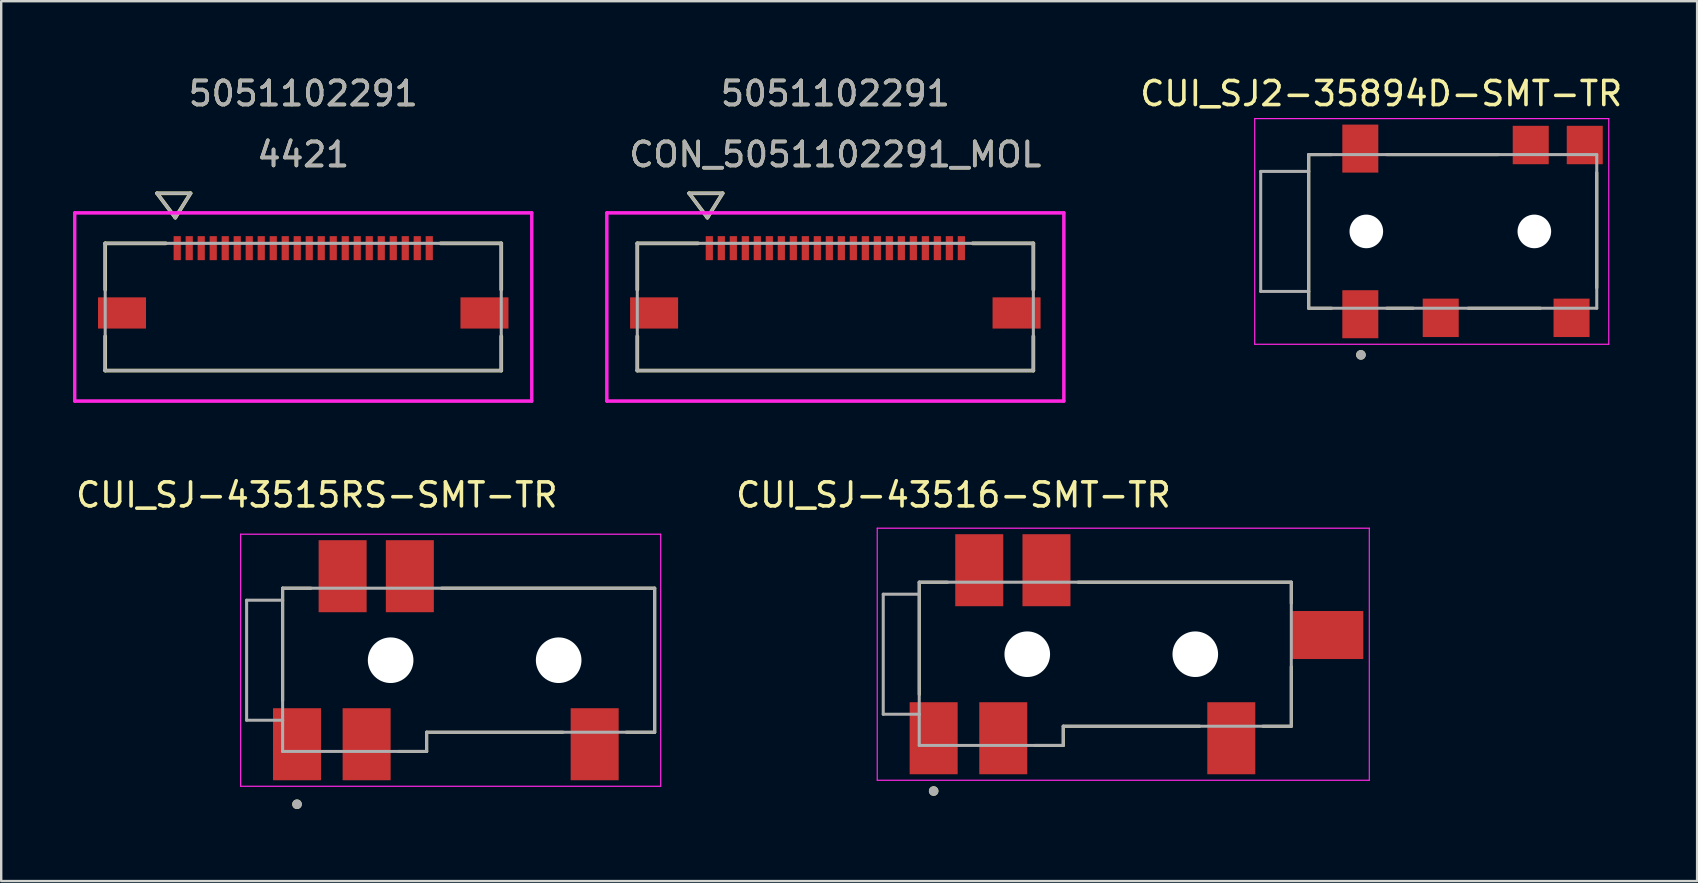
<source format=kicad_pcb>
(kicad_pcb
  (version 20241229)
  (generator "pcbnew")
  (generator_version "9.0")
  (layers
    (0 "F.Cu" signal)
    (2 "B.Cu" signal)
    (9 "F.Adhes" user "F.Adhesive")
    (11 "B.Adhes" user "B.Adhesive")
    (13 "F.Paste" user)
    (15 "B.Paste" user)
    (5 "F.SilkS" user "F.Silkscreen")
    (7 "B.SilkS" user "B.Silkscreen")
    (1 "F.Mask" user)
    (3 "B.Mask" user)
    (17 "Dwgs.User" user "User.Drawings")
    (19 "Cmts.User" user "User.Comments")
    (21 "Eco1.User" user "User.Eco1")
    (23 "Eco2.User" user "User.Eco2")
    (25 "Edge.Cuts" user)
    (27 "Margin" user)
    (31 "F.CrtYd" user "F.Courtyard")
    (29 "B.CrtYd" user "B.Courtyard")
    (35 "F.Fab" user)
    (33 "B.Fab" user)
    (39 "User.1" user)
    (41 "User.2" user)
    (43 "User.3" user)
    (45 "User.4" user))
  (footprint "CON_5051102291_MOL"
    (layer "F.Cu")
    (at 31.75 9.738)
    (property "Reference" "CON_5051102291_MOL" (at 0 -6.35 0) (unlocked yes) (layer "F.SilkS") (effects (font (size 1 1) (thickness 0.15))))
    (attr smd)
    (fp_line (start -8.25 -2.65) (end -8.25 -0.72) (stroke (width 0.152) (type solid)) (layer "F.SilkS"))
    (fp_line (start -8.25 1.22) (end -8.25 2.65) (stroke (width 0.152) (type solid)) (layer "F.SilkS"))
    (fp_line (start -8.25 2.65) (end 8.25 2.65) (stroke (width 0.152) (type solid)) (layer "F.SilkS"))
    (fp_line (start -6.091 -4.736) (end -5.329 -3.72) (stroke (width 0.152) (type solid)) (layer "F.SilkS"))
    (fp_line (start -6.091 -4.736) (end -4.694 -4.736) (stroke (width 0.152) (type solid)) (layer "F.SilkS"))
    (fp_line (start -5.72 -2.65) (end -8.25 -2.65) (stroke (width 0.152) (type solid)) (layer "F.SilkS"))
    (fp_line (start -4.694 -4.736) (end -5.329 -3.72) (stroke (width 0.152) (type solid)) (layer "F.SilkS"))
    (fp_line (start 8.25 -2.65) (end 5.72 -2.65) (stroke (width 0.152) (type solid)) (layer "F.SilkS"))
    (fp_line (start 8.25 -0.72) (end 8.25 -2.65) (stroke (width 0.152) (type solid)) (layer "F.SilkS"))
    (fp_line (start 8.25 2.65) (end 8.25 1.22) (stroke (width 0.152) (type solid)) (layer "F.SilkS"))
    (fp_line (start -9.52 -3.92) (end -9.52 3.92) (stroke (width 0.127) (type solid)) (layer "F.CrtYd"))
    (fp_line (start -9.52 -3.92) (end -9.52 3.92) (stroke (width 0.127) (type solid)) (layer "F.CrtYd"))
    (fp_line (start -9.52 3.92) (end 9.52 3.92) (stroke (width 0.127) (type solid)) (layer "F.CrtYd"))
    (fp_line (start -9.52 3.92) (end 9.52 3.92) (stroke (width 0.127) (type solid)) (layer "F.CrtYd"))
    (fp_line (start 9.52 -3.92) (end -9.52 -3.92) (stroke (width 0.127) (type solid)) (layer "F.CrtYd"))
    (fp_line (start 9.52 -3.92) (end -9.52 -3.92) (stroke (width 0.127) (type solid)) (layer "F.CrtYd"))
    (fp_line (start 9.52 3.92) (end 9.52 -3.92) (stroke (width 0.127) (type solid)) (layer "F.CrtYd"))
    (fp_line (start 9.52 3.92) (end 9.52 -3.92) (stroke (width 0.127) (type solid)) (layer "F.CrtYd"))
    (fp_line (start -8.25 -2.65) (end -8.25 2.65) (stroke (width 0.127) (type solid)) (layer "F.Fab"))
    (fp_line (start -8.25 2.65) (end 8.25 2.65) (stroke (width 0.127) (type solid)) (layer "F.Fab"))
    (fp_line (start -6.091 -4.736) (end -5.329 -3.72) (stroke (width 0.127) (type solid)) (layer "F.Fab"))
    (fp_line (start -6.091 -4.736) (end -4.694 -4.736) (stroke (width 0.127) (type solid)) (layer "F.Fab"))
    (fp_line (start -4.694 -4.736) (end -5.329 -3.72) (stroke (width 0.127) (type solid)) (layer "F.Fab"))
    (fp_line (start 8.25 -2.65) (end -8.25 -2.65) (stroke (width 0.127) (type solid)) (layer "F.Fab"))
    (fp_line (start 8.25 2.65) (end 8.25 -2.65) (stroke (width 0.127) (type solid)) (layer "F.Fab"))
    (fp_text user "5051102291" (at 0 -8.89 0) (unlocked yes) (layer "F.SilkS") (effects (font (size 1 1) (thickness 0.15))))
    (fp_text user "5051102291" (at 0 -8.89 0) (unlocked yes) (layer "F.Fab") (effects (font (size 1 1) (thickness 0.15))))
    (fp_text user "${REFERENCE}" (at 0 -6.35 0) (unlocked yes) (layer "F.Fab") (effects (font (size 1 1) (thickness 0.15))))
    (pad "1" smd rect (at -5.25 -2.45) (size 0.3 1) (layers "F.Cu" "F.Mask" "F.Paste"))
    (pad "2" smd rect (at -4.75 -2.45) (size 0.3 1) (layers "F.Cu" "F.Mask" "F.Paste"))
    (pad "3" smd rect (at -4.25 -2.45) (size 0.3 1) (layers "F.Cu" "F.Mask" "F.Paste"))
    (pad "4" smd rect (at -3.75 -2.45) (size 0.3 1) (layers "F.Cu" "F.Mask" "F.Paste"))
    (pad "5" smd rect (at -3.25 -2.45) (size 0.3 1) (layers "F.Cu" "F.Mask" "F.Paste"))
    (pad "6" smd rect (at -2.75 -2.45) (size 0.3 1) (layers "F.Cu" "F.Mask" "F.Paste"))
    (pad "7" smd rect (at -2.25 -2.45) (size 0.3 1) (layers "F.Cu" "F.Mask" "F.Paste"))
    (pad "8" smd rect (at -1.75 -2.45) (size 0.3 1) (layers "F.Cu" "F.Mask" "F.Paste"))
    (pad "9" smd rect (at -1.25 -2.45) (size 0.3 1) (layers "F.Cu" "F.Mask" "F.Paste"))
    (pad "10" smd rect (at -0.75 -2.45) (size 0.3 1) (layers "F.Cu" "F.Mask" "F.Paste"))
    (pad "11" smd rect (at -0.25 -2.45) (size 0.3 1) (layers "F.Cu" "F.Mask" "F.Paste"))
    (pad "12" smd rect (at 0.25 -2.45) (size 0.3 1) (layers "F.Cu" "F.Mask" "F.Paste"))
    (pad "13" smd rect (at 0.75 -2.45) (size 0.3 1) (layers "F.Cu" "F.Mask" "F.Paste"))
    (pad "14" smd rect (at 1.25 -2.45) (size 0.3 1) (layers "F.Cu" "F.Mask" "F.Paste"))
    (pad "15" smd rect (at 1.75 -2.45) (size 0.3 1) (layers "F.Cu" "F.Mask" "F.Paste"))
    (pad "16" smd rect (at 2.25 -2.45) (size 0.3 1) (layers "F.Cu" "F.Mask" "F.Paste"))
    (pad "17" smd rect (at 2.75 -2.45) (size 0.3 1) (layers "F.Cu" "F.Mask" "F.Paste"))
    (pad "18" smd rect (at 3.25 -2.45) (size 0.3 1) (layers "F.Cu" "F.Mask" "F.Paste"))
    (pad "19" smd rect (at 3.75 -2.45) (size 0.3 1) (layers "F.Cu" "F.Mask" "F.Paste"))
    (pad "20" smd rect (at 4.25 -2.45) (size 0.3 1) (layers "F.Cu" "F.Mask" "F.Paste"))
    (pad "21" smd rect (at 4.75 -2.45) (size 0.3 1) (layers "F.Cu" "F.Mask" "F.Paste"))
    (pad "22" smd rect (at 5.25 -2.45) (size 0.3 1) (layers "F.Cu" "F.Mask" "F.Paste"))
    (pad "P1" smd rect (at -7.55 0.25) (size 2 1.3) (layers "F.Cu" "F.Mask" "F.Paste"))
    (pad "P2" smd rect (at 7.55 0.25) (size 2 1.3) (layers "F.Cu" "F.Mask" "F.Paste")))
  (footprint "CUI_SJ2-35894D-SMT-TR"
    (layer "F.Cu")
    (at 57.471 6.591)
    (property "Reference" "CUI_SJ2-35894D-SMT-TR" (at -2.978 -5.742 0) (layer "F.SilkS") (effects (font (size 1.001 1.001) (thickness 0.15))))
    (attr smd)
    (fp_line (start -6 -3.2) (end -6 3.2) (stroke (width 0.127) (type solid)) (layer "F.SilkS"))
    (fp_line (start -6 3.2) (end -5.05 3.2) (stroke (width 0.127) (type solid)) (layer "F.SilkS"))
    (fp_line (start -5.05 -3.2) (end -6 -3.2) (stroke (width 0.127) (type solid)) (layer "F.SilkS"))
    (fp_line (start -2.75 -3.2) (end 1.9 -3.2) (stroke (width 0.127) (type solid)) (layer "F.SilkS"))
    (fp_line (start -2.75 3.2) (end -1.65 3.2) (stroke (width 0.127) (type solid)) (layer "F.SilkS"))
    (fp_line (start 0.65 3.2) (end 3.65 3.2) (stroke (width 0.127) (type solid)) (layer "F.SilkS"))
    (fp_line (start 6 2.35) (end 6 -2.45) (stroke (width 0.127) (type solid)) (layer "F.SilkS"))
    (fp_circle (center -3.825 5.143) (end -3.725 5.143) (stroke (width 0.2) (type solid)) (fill no) (layer "F.SilkS"))
    (fp_line (start -8.25 -4.7) (end -8.25 4.7) (stroke (width 0.05) (type solid)) (layer "F.CrtYd"))
    (fp_line (start -8.25 4.7) (end 6.5 4.7) (stroke (width 0.05) (type solid)) (layer "F.CrtYd"))
    (fp_line (start 6.5 -4.7) (end -8.25 -4.7) (stroke (width 0.05) (type solid)) (layer "F.CrtYd"))
    (fp_line (start 6.5 4.7) (end 6.5 -4.7) (stroke (width 0.05) (type solid)) (layer "F.CrtYd"))
    (fp_line (start -8 -2.5) (end -8 2.5) (stroke (width 0.127) (type solid)) (layer "F.Fab"))
    (fp_line (start -8 2.5) (end -6 2.5) (stroke (width 0.127) (type solid)) (layer "F.Fab"))
    (fp_line (start -6 -3.2) (end 6 -3.2) (stroke (width 0.127) (type solid)) (layer "F.Fab"))
    (fp_line (start -6 -2.5) (end -8 -2.5) (stroke (width 0.127) (type solid)) (layer "F.Fab"))
    (fp_line (start -6 -2.5) (end -6 -3.2) (stroke (width 0.127) (type solid)) (layer "F.Fab"))
    (fp_line (start -6 2.5) (end -6 -2.5) (stroke (width 0.127) (type solid)) (layer "F.Fab"))
    (fp_line (start -6 3.2) (end -6 2.5) (stroke (width 0.127) (type solid)) (layer "F.Fab"))
    (fp_line (start 6 -3.2) (end 6 3.2) (stroke (width 0.127) (type solid)) (layer "F.Fab"))
    (fp_line (start 6 3.2) (end -6 3.2) (stroke (width 0.127) (type solid)) (layer "F.Fab"))
    (fp_circle (center -3.825 5.143) (end -3.725 5.143) (stroke (width 0.2) (type solid)) (fill no) (layer "F.Fab"))
    (pad "" np_thru_hole circle (at -3.6 0) (size 1.4 1.4) (drill 1.4) (layers "*.Cu" "*.Mask"))
    (pad "" np_thru_hole circle (at 3.4 0) (size 1.4 1.4) (drill 1.4) (layers "*.Cu" "*.Mask"))
    (pad "1" smd rect (at -3.85 3.45) (size 1.5 2) (layers "F.Cu" "F.Mask" "F.Paste"))
    (pad "2" smd rect (at 3.25 -3.6) (size 1.5 1.6) (layers "F.Cu" "F.Mask" "F.Paste"))
    (pad "3" smd rect (at -0.5 3.6) (size 1.5 1.6) (layers "F.Cu" "F.Mask" "F.Paste"))
    (pad "4" smd rect (at -3.85 -3.45) (size 1.5 2) (layers "F.Cu" "F.Mask" "F.Paste"))
    (pad "10" smd rect (at 5.5 -3.6) (size 1.5 1.6) (layers "F.Cu" "F.Mask" "F.Paste"))
    (pad "11" smd rect (at 4.95 3.6) (size 1.5 1.6) (layers "F.Cu" "F.Mask" "F.Paste")))
  (footprint "CUI_SJ-43516-SMT-TR"
    (layer "F.Cu")
    (at 35.846 27.705)
    (property "Reference" "CUI_SJ-43516-SMT-TR" (at 0.825 -10.135 0) (layer "F.SilkS") (effects (font (size 1 1) (thickness 0.15))))
    (attr smd)
    (fp_line (start -0.6 -6.5) (end -0.6 -1.82) (stroke (width 0.127) (type solid)) (layer "F.SilkS"))
    (fp_line (start 0.58 -6.5) (end -0.6 -6.5) (stroke (width 0.127) (type solid)) (layer "F.SilkS"))
    (fp_line (start 4.22 0.3) (end 5.4 0.3) (stroke (width 0.127) (type solid)) (layer "F.SilkS"))
    (fp_line (start 5.4 -0.5) (end 11.08 -0.5) (stroke (width 0.127) (type solid)) (layer "F.SilkS"))
    (fp_line (start 5.4 0.3) (end 5.4 -0.5) (stroke (width 0.127) (type solid)) (layer "F.SilkS"))
    (fp_line (start 13.72 -0.5) (end 14.9 -0.5) (stroke (width 0.127) (type solid)) (layer "F.SilkS"))
    (fp_line (start 14.9 -6.5) (end 6.02 -6.5) (stroke (width 0.127) (type solid)) (layer "F.SilkS"))
    (fp_line (start 14.9 -5.62) (end 14.9 -6.5) (stroke (width 0.127) (type solid)) (layer "F.SilkS"))
    (fp_line (start 14.9 -0.5) (end 14.9 -2.98) (stroke (width 0.127) (type solid)) (layer "F.SilkS"))
    (fp_circle (center 0 2.2) (end 0.1 2.2) (stroke (width 0.2) (type solid)) (fill no) (layer "F.SilkS"))
    (fp_line (start -2.35 -8.75) (end -2.35 1.75) (stroke (width 0.05) (type solid)) (layer "F.CrtYd"))
    (fp_line (start -2.35 1.75) (end 18.15 1.75) (stroke (width 0.05) (type solid)) (layer "F.CrtYd"))
    (fp_line (start 18.15 -8.75) (end -2.35 -8.75) (stroke (width 0.05) (type solid)) (layer "F.CrtYd"))
    (fp_line (start 18.15 1.75) (end 18.15 -8.75) (stroke (width 0.05) (type solid)) (layer "F.CrtYd"))
    (fp_line (start -2.1 -6) (end -2.1 -1) (stroke (width 0.127) (type solid)) (layer "F.Fab"))
    (fp_line (start -2.1 -1) (end -0.6 -1) (stroke (width 0.127) (type solid)) (layer "F.Fab"))
    (fp_line (start -0.6 -6.5) (end -0.6 -6) (stroke (width 0.127) (type solid)) (layer "F.Fab"))
    (fp_line (start -0.6 -6) (end -2.1 -6) (stroke (width 0.127) (type solid)) (layer "F.Fab"))
    (fp_line (start -0.6 -6) (end -0.6 -1) (stroke (width 0.127) (type solid)) (layer "F.Fab"))
    (fp_line (start -0.6 -1) (end -0.6 0.3) (stroke (width 0.127) (type solid)) (layer "F.Fab"))
    (fp_line (start -0.6 0.3) (end 5.4 0.3) (stroke (width 0.127) (type solid)) (layer "F.Fab"))
    (fp_line (start 5.4 -0.5) (end 14.9 -0.5) (stroke (width 0.127) (type solid)) (layer "F.Fab"))
    (fp_line (start 5.4 0.3) (end 5.4 -0.5) (stroke (width 0.127) (type solid)) (layer "F.Fab"))
    (fp_line (start 14.9 -6.5) (end -0.6 -6.5) (stroke (width 0.127) (type solid)) (layer "F.Fab"))
    (fp_line (start 14.9 -0.5) (end 14.9 -6.5) (stroke (width 0.127) (type solid)) (layer "F.Fab"))
    (fp_circle (center 0 2.2) (end 0.1 2.2) (stroke (width 0.2) (type solid)) (fill no) (layer "F.Fab"))
    (pad "" np_thru_hole circle (at 3.9 -3.5) (size 1.9 1.9) (drill 1.9) (layers "*.Cu" "*.Mask"))
    (pad "" np_thru_hole circle (at 10.9 -3.5) (size 1.9 1.9) (drill 1.9) (layers "*.Cu" "*.Mask"))
    (pad "1" smd rect (at 0 0) (size 2 3) (layers "F.Cu" "F.Mask" "F.Paste"))
    (pad "2" smd rect (at 12.4 0) (size 2 3) (layers "F.Cu" "F.Mask" "F.Paste"))
    (pad "3" smd rect (at 4.7 -7) (size 2 3) (layers "F.Cu" "F.Mask" "F.Paste"))
    (pad "4" smd rect (at 2.9 0) (size 2 3) (layers "F.Cu" "F.Mask" "F.Paste"))
    (pad "5" smd rect (at 16.4 -4.3) (size 3 2) (layers "F.Cu" "F.Mask" "F.Paste"))
    (pad "6" smd rect (at 1.9 -7) (size 2 3) (layers "F.Cu" "F.Mask" "F.Paste")))
  (footprint "4421"
    (layer "F.Cu")
    (at 9.583 9.738)
    (property "Reference" "4421" (at 0 -6.35 0) (unlocked yes) (layer "F.SilkS") (effects (font (size 1 1) (thickness 0.15))))
    (attr smd)
    (fp_line (start -8.25 -2.65) (end -8.25 -0.72) (stroke (width 0.152) (type solid)) (layer "F.SilkS"))
    (fp_line (start -8.25 1.22) (end -8.25 2.65) (stroke (width 0.152) (type solid)) (layer "F.SilkS"))
    (fp_line (start -8.25 2.65) (end 8.25 2.65) (stroke (width 0.152) (type solid)) (layer "F.SilkS"))
    (fp_line (start -6.091 -4.736) (end -5.329 -3.72) (stroke (width 0.152) (type solid)) (layer "F.SilkS"))
    (fp_line (start -6.091 -4.736) (end -4.694 -4.736) (stroke (width 0.152) (type solid)) (layer "F.SilkS"))
    (fp_line (start -5.72 -2.65) (end -8.25 -2.65) (stroke (width 0.152) (type solid)) (layer "F.SilkS"))
    (fp_line (start -4.694 -4.736) (end -5.329 -3.72) (stroke (width 0.152) (type solid)) (layer "F.SilkS"))
    (fp_line (start 8.25 -2.65) (end 5.72 -2.65) (stroke (width 0.152) (type solid)) (layer "F.SilkS"))
    (fp_line (start 8.25 -0.72) (end 8.25 -2.65) (stroke (width 0.152) (type solid)) (layer "F.SilkS"))
    (fp_line (start 8.25 2.65) (end 8.25 1.22) (stroke (width 0.152) (type solid)) (layer "F.SilkS"))
    (fp_line (start -9.52 -3.92) (end -9.52 3.92) (stroke (width 0.127) (type solid)) (layer "F.CrtYd"))
    (fp_line (start -9.52 -3.92) (end -9.52 3.92) (stroke (width 0.127) (type solid)) (layer "F.CrtYd"))
    (fp_line (start -9.52 3.92) (end 9.52 3.92) (stroke (width 0.127) (type solid)) (layer "F.CrtYd"))
    (fp_line (start -9.52 3.92) (end 9.52 3.92) (stroke (width 0.127) (type solid)) (layer "F.CrtYd"))
    (fp_line (start 9.52 -3.92) (end -9.52 -3.92) (stroke (width 0.127) (type solid)) (layer "F.CrtYd"))
    (fp_line (start 9.52 -3.92) (end -9.52 -3.92) (stroke (width 0.127) (type solid)) (layer "F.CrtYd"))
    (fp_line (start 9.52 3.92) (end 9.52 -3.92) (stroke (width 0.127) (type solid)) (layer "F.CrtYd"))
    (fp_line (start 9.52 3.92) (end 9.52 -3.92) (stroke (width 0.127) (type solid)) (layer "F.CrtYd"))
    (fp_line (start -8.25 -2.65) (end -8.25 2.65) (stroke (width 0.127) (type solid)) (layer "F.Fab"))
    (fp_line (start -8.25 2.65) (end 8.25 2.65) (stroke (width 0.127) (type solid)) (layer "F.Fab"))
    (fp_line (start -6.091 -4.736) (end -5.329 -3.72) (stroke (width 0.127) (type solid)) (layer "F.Fab"))
    (fp_line (start -6.091 -4.736) (end -4.694 -4.736) (stroke (width 0.127) (type solid)) (layer "F.Fab"))
    (fp_line (start -4.694 -4.736) (end -5.329 -3.72) (stroke (width 0.127) (type solid)) (layer "F.Fab"))
    (fp_line (start 8.25 -2.65) (end -8.25 -2.65) (stroke (width 0.127) (type solid)) (layer "F.Fab"))
    (fp_line (start 8.25 2.65) (end 8.25 -2.65) (stroke (width 0.127) (type solid)) (layer "F.Fab"))
    (fp_text user "5051102291" (at 0 -8.89 0) (unlocked yes) (layer "F.SilkS") (effects (font (size 1 1) (thickness 0.15))))
    (fp_text user "${REFERENCE}" (at 0 -6.35 0) (unlocked yes) (layer "F.Fab") (effects (font (size 1 1) (thickness 0.15))))
    (fp_text user "5051102291" (at 0 -8.89 0) (unlocked yes) (layer "F.Fab") (effects (font (size 1 1) (thickness 0.15))))
    (pad "1" smd rect (at -5.25 -2.45) (size 0.3 1) (layers "F.Cu" "F.Mask" "F.Paste"))
    (pad "2" smd rect (at -4.75 -2.45) (size 0.3 1) (layers "F.Cu" "F.Mask" "F.Paste"))
    (pad "3" smd rect (at -4.25 -2.45) (size 0.3 1) (layers "F.Cu" "F.Mask" "F.Paste"))
    (pad "4" smd rect (at -3.75 -2.45) (size 0.3 1) (layers "F.Cu" "F.Mask" "F.Paste"))
    (pad "5" smd rect (at -3.25 -2.45) (size 0.3 1) (layers "F.Cu" "F.Mask" "F.Paste"))
    (pad "6" smd rect (at -2.75 -2.45) (size 0.3 1) (layers "F.Cu" "F.Mask" "F.Paste"))
    (pad "7" smd rect (at -2.25 -2.45) (size 0.3 1) (layers "F.Cu" "F.Mask" "F.Paste"))
    (pad "8" smd rect (at -1.75 -2.45) (size 0.3 1) (layers "F.Cu" "F.Mask" "F.Paste"))
    (pad "9" smd rect (at -1.25 -2.45) (size 0.3 1) (layers "F.Cu" "F.Mask" "F.Paste"))
    (pad "10" smd rect (at -0.75 -2.45) (size 0.3 1) (layers "F.Cu" "F.Mask" "F.Paste"))
    (pad "11" smd rect (at -0.25 -2.45) (size 0.3 1) (layers "F.Cu" "F.Mask" "F.Paste"))
    (pad "12" smd rect (at 0.25 -2.45) (size 0.3 1) (layers "F.Cu" "F.Mask" "F.Paste"))
    (pad "13" smd rect (at 0.75 -2.45) (size 0.3 1) (layers "F.Cu" "F.Mask" "F.Paste"))
    (pad "14" smd rect (at 1.25 -2.45) (size 0.3 1) (layers "F.Cu" "F.Mask" "F.Paste"))
    (pad "15" smd rect (at 1.75 -2.45) (size 0.3 1) (layers "F.Cu" "F.Mask" "F.Paste"))
    (pad "16" smd rect (at 2.25 -2.45) (size 0.3 1) (layers "F.Cu" "F.Mask" "F.Paste"))
    (pad "17" smd rect (at 2.75 -2.45) (size 0.3 1) (layers "F.Cu" "F.Mask" "F.Paste"))
    (pad "18" smd rect (at 3.25 -2.45) (size 0.3 1) (layers "F.Cu" "F.Mask" "F.Paste"))
    (pad "19" smd rect (at 3.75 -2.45) (size 0.3 1) (layers "F.Cu" "F.Mask" "F.Paste"))
    (pad "20" smd rect (at 4.25 -2.45) (size 0.3 1) (layers "F.Cu" "F.Mask" "F.Paste"))
    (pad "21" smd rect (at 4.75 -2.45) (size 0.3 1) (layers "F.Cu" "F.Mask" "F.Paste"))
    (pad "22" smd rect (at 5.25 -2.45) (size 0.3 1) (layers "F.Cu" "F.Mask" "F.Paste"))
    (pad "P1" smd rect (at -7.55 0.25) (size 2 1.3) (layers "F.Cu" "F.Mask" "F.Paste"))
    (pad "P2" smd rect (at 7.55 0.25) (size 2 1.3) (layers "F.Cu" "F.Mask" "F.Paste")))
  (footprint "CUI_SJ-43515RS-SMT-TR"
    (layer "F.Cu")
    (at 9.324 27.955)
    (property "Reference" "CUI_SJ-43515RS-SMT-TR" (at 0.825 -10.385 0) (layer "F.SilkS") (effects (font (size 1 1) (thickness 0.15))))
    (attr smd)
    (fp_line (start -0.6 -6.5) (end -0.6 -1.82) (stroke (width 0.127) (type solid)) (layer "F.SilkS"))
    (fp_line (start 0.58 -6.5) (end -0.6 -6.5) (stroke (width 0.127) (type solid)) (layer "F.SilkS"))
    (fp_line (start 4.22 0.3) (end 5.4 0.3) (stroke (width 0.127) (type solid)) (layer "F.SilkS"))
    (fp_line (start 5.4 -0.5) (end 11.08 -0.5) (stroke (width 0.127) (type solid)) (layer "F.SilkS"))
    (fp_line (start 5.4 0.3) (end 5.4 -0.5) (stroke (width 0.127) (type solid)) (layer "F.SilkS"))
    (fp_line (start 13.72 -0.5) (end 14.9 -0.5) (stroke (width 0.127) (type solid)) (layer "F.SilkS"))
    (fp_line (start 14.9 -6.5) (end 6.02 -6.5) (stroke (width 0.127) (type solid)) (layer "F.SilkS"))
    (fp_line (start 14.9 -0.5) (end 14.9 -6.5) (stroke (width 0.127) (type solid)) (layer "F.SilkS"))
    (fp_circle (center 0 2.5) (end 0.1 2.5) (stroke (width 0.2) (type solid)) (fill no) (layer "F.SilkS"))
    (fp_line (start -2.35 -8.75) (end -2.35 1.75) (stroke (width 0.05) (type solid)) (layer "F.CrtYd"))
    (fp_line (start -2.35 1.75) (end 15.15 1.75) (stroke (width 0.05) (type solid)) (layer "F.CrtYd"))
    (fp_line (start 15.15 -8.75) (end -2.35 -8.75) (stroke (width 0.05) (type solid)) (layer "F.CrtYd"))
    (fp_line (start 15.15 1.75) (end 15.15 -8.75) (stroke (width 0.05) (type solid)) (layer "F.CrtYd"))
    (fp_line (start -2.1 -6) (end -2.1 -1) (stroke (width 0.127) (type solid)) (layer "F.Fab"))
    (fp_line (start -2.1 -1) (end -0.6 -1) (stroke (width 0.127) (type solid)) (layer "F.Fab"))
    (fp_line (start -0.6 -6.5) (end -0.6 -6) (stroke (width 0.127) (type solid)) (layer "F.Fab"))
    (fp_line (start -0.6 -6) (end -2.1 -6) (stroke (width 0.127) (type solid)) (layer "F.Fab"))
    (fp_line (start -0.6 -6) (end -0.6 -1) (stroke (width 0.127) (type solid)) (layer "F.Fab"))
    (fp_line (start -0.6 -1) (end -0.6 0.3) (stroke (width 0.127) (type solid)) (layer "F.Fab"))
    (fp_line (start -0.6 0.3) (end 5.4 0.3) (stroke (width 0.127) (type solid)) (layer "F.Fab"))
    (fp_line (start 5.4 -0.5) (end 14.9 -0.5) (stroke (width 0.127) (type solid)) (layer "F.Fab"))
    (fp_line (start 5.4 0.3) (end 5.4 -0.5) (stroke (width 0.127) (type solid)) (layer "F.Fab"))
    (fp_line (start 14.9 -6.5) (end -0.6 -6.5) (stroke (width 0.127) (type solid)) (layer "F.Fab"))
    (fp_line (start 14.9 -0.5) (end 14.9 -6.5) (stroke (width 0.127) (type solid)) (layer "F.Fab"))
    (fp_circle (center 0 2.5) (end 0.1 2.5) (stroke (width 0.2) (type solid)) (fill no) (layer "F.Fab"))
    (pad "" np_thru_hole circle (at 3.9 -3.5) (size 1.9 1.9) (drill 1.9) (layers "*.Cu" "*.Mask"))
    (pad "" np_thru_hole circle (at 10.9 -3.5) (size 1.9 1.9) (drill 1.9) (layers "*.Cu" "*.Mask"))
    (pad "1" smd rect (at 0 0) (size 2 3) (layers "F.Cu" "F.Mask" "F.Paste"))
    (pad "2" smd rect (at 12.4 0) (size 2 3) (layers "F.Cu" "F.Mask" "F.Paste"))
    (pad "3" smd rect (at 4.7 -7) (size 2 3) (layers "F.Cu" "F.Mask" "F.Paste"))
    (pad "4" smd rect (at 2.9 0) (size 2 3) (layers "F.Cu" "F.Mask" "F.Paste"))
    (pad "6" smd rect (at 1.9 -7) (size 2 3) (layers "F.Cu" "F.Mask" "F.Paste")))
  (gr_rect
    (start -3 -3)
    (end 67.652 33.655)
    (stroke (width 0.1) (type default))
    (fill no)
    (layer "Edge.Cuts")))
</source>
